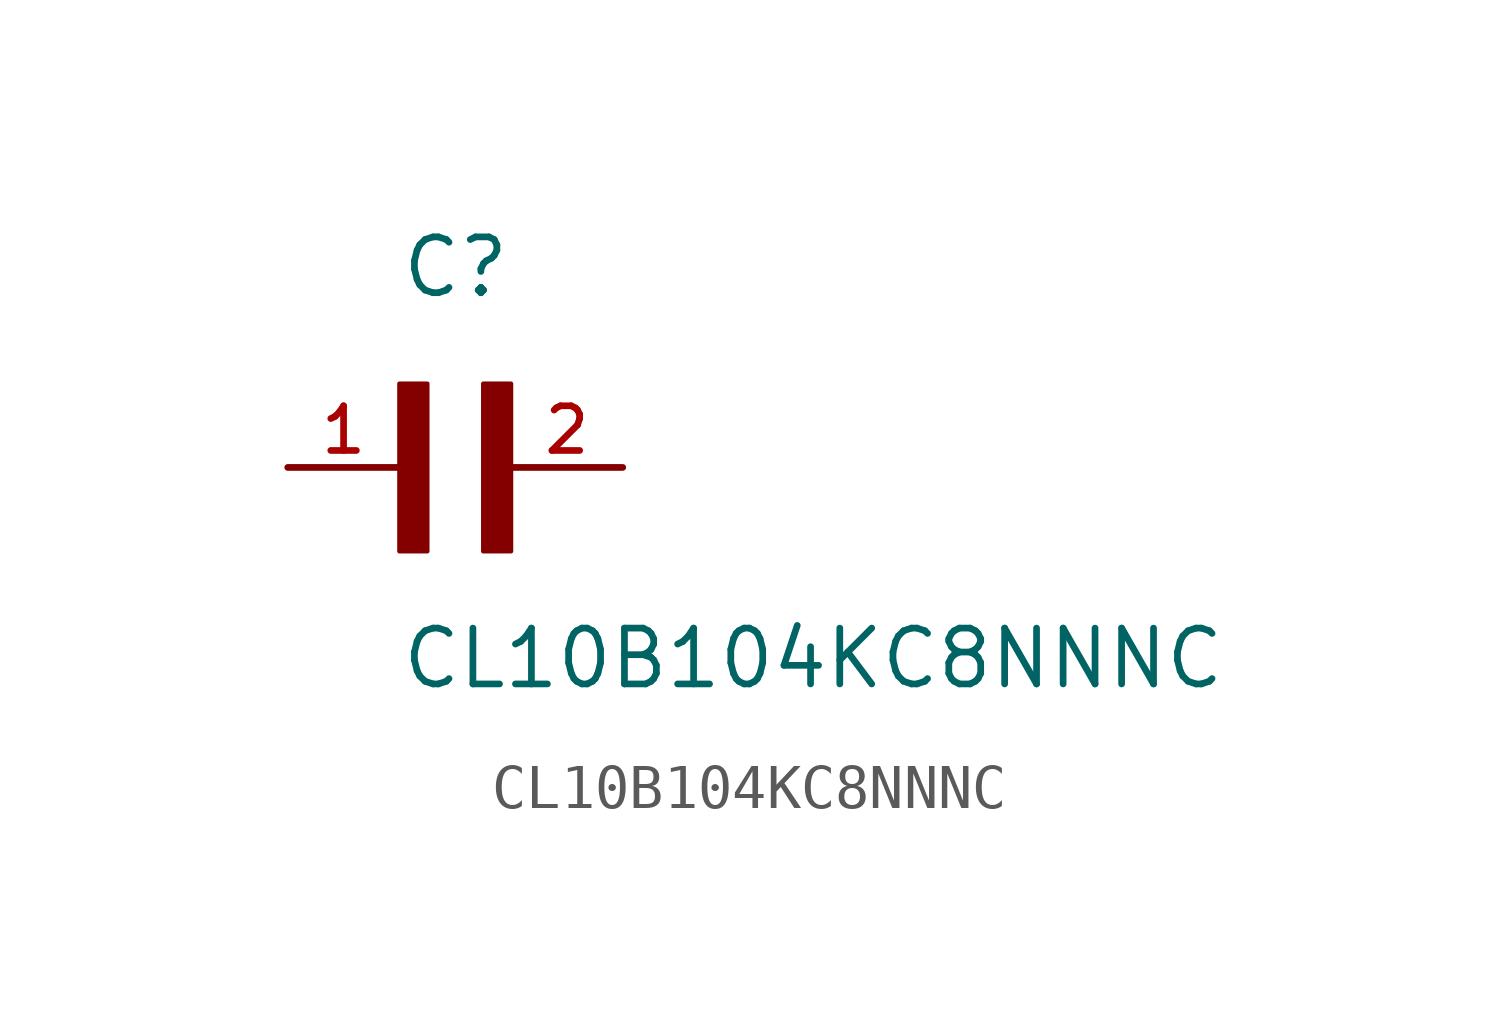
<source format=kicad_sym>
(kicad_symbol_lib
  (version 20211014)
  (generator kicad_symbol_editor)
  (symbol "CL10B104KC8NNNC"
    (pin_names
      (offset 1.016))
    (property "Reference" "C"
      (at 0.0 3.811 0)
      (effects (font (size 1.27 1.27)) (justify bottom left)))
    (property "Value" "CL10B104KC8NNNC"
      (at 0.0 -5.088 0)
      (effects (font (size 1.27 1.27)) (justify bottom left)))
    (symbol "CL10B104KC8NNNC_0_0"
      (rectangle (start 0.0 -1.907) (end 0.635 1.905) (stroke (width 0.1)) (fill (type outline)))
      (rectangle (start 1.907 -1.907) (end 2.54 1.905) (stroke (width 0.1)) (fill (type outline)))
      (pin passive line (at -2.54 0.0 0) (length 2.54) (name "~" (effects (font (size 1.016 1.016)))) (number "1" (effects (font (size 1.016 1.016)))))
      (pin passive line (at 5.08 0.0 180.0) (length 2.54) (name "~" (effects (font (size 1.016 1.016)))) (number "2" (effects (font (size 1.016 1.016))))))))
</source>
